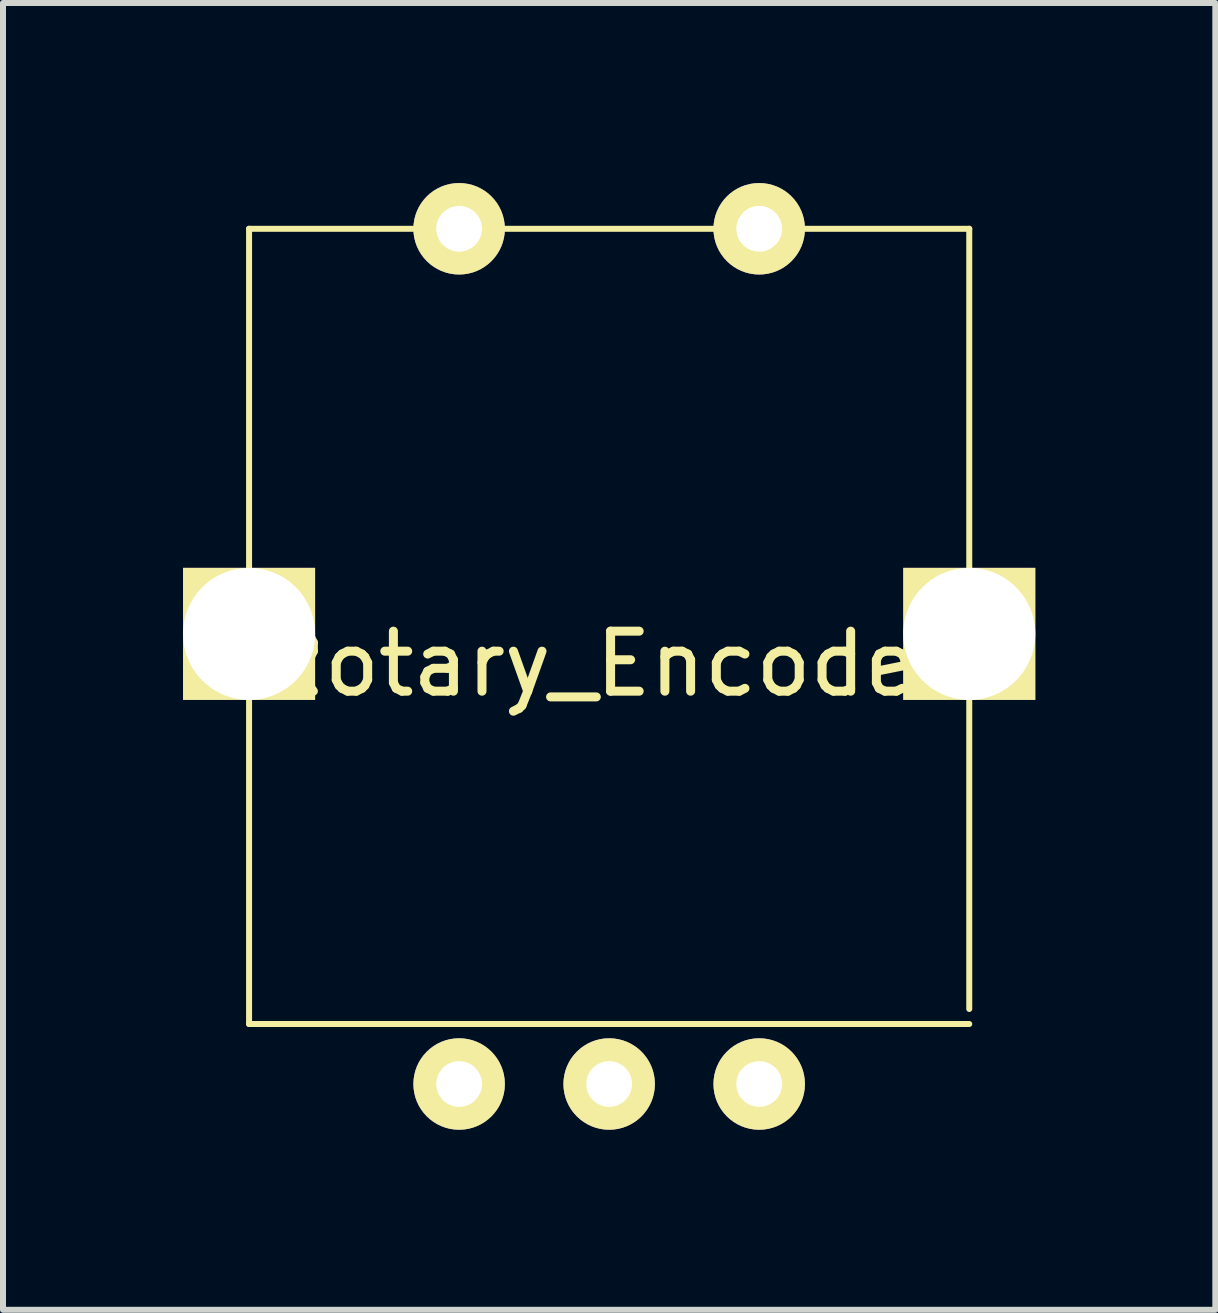
<source format=kicad_pcb>
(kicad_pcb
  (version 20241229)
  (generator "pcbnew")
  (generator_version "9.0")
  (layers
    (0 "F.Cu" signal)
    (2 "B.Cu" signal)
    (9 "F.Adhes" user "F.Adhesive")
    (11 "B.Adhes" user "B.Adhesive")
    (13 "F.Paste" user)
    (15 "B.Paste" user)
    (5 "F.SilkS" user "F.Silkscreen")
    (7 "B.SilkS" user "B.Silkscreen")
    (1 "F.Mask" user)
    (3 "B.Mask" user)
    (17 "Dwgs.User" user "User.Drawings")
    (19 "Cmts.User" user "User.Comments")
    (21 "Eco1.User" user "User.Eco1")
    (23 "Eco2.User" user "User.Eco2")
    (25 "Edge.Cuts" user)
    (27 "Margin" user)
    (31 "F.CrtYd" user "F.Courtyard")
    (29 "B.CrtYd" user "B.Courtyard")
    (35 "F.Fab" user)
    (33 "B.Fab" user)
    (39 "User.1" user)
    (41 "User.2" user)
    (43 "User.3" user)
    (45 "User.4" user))
  (footprint "Rotary_Encoder"
    (layer "F.Cu")
    (at 7.1 7.512)
    (property "Reference" "Rotary_Encoder" (at 0 0.5 0) (layer "F.SilkS") (effects (font (size 1 1) (thickness 0.15))))
    (attr through_hole)
    (fp_line (start -6 -6.75) (end -6 6.5) (stroke (width 0.1) (type solid)) (layer "F.SilkS"))
    (fp_line (start -6 -6.75) (end 6 -6.75) (stroke (width 0.1) (type solid)) (layer "F.SilkS"))
    (fp_line (start -6 6.5) (end 6 6.5) (stroke (width 0.1) (type solid)) (layer "F.SilkS"))
    (fp_line (start 6 -6.75) (end 6 6.25) (stroke (width 0.1) (type solid)) (layer "F.SilkS"))
    (pad "" np_thru_hole rect (at -6 0) (size 2.2 2.2) (drill 2.2) (layers "*.Cu" "*.Mask" "F.SilkS"))
    (pad "" np_thru_hole rect (at 6 0) (size 2.2 2.2) (drill 2.2) (layers "*.Cu" "*.Mask" "F.SilkS"))
    (pad "1" thru_hole circle (at -2.5 7.5) (size 1.524 1.524) (drill 0.762) (layers "*.Cu" "*.Mask" "F.SilkS"))
    (pad "2" thru_hole circle (at 0 7.5) (size 1.524 1.524) (drill 0.762) (layers "*.Cu" "*.Mask" "F.SilkS"))
    (pad "3" thru_hole circle (at 2.5 7.5) (size 1.524 1.524) (drill 0.762) (layers "*.Cu" "*.Mask" "F.SilkS"))
    (pad "4" thru_hole circle (at -2.5 -6.75) (size 1.524 1.524) (drill 0.762) (layers "*.Cu" "*.Mask" "F.SilkS"))
    (pad "5" thru_hole circle (at 2.5 -6.75) (size 1.524 1.524) (drill 0.762) (layers "*.Cu" "*.Mask" "F.SilkS")))
  (gr_rect
    (start -3 -3)
    (end 17.2 18.774)
    (stroke (width 0.1) (type default))
    (fill no)
    (layer "Edge.Cuts")))
</source>
